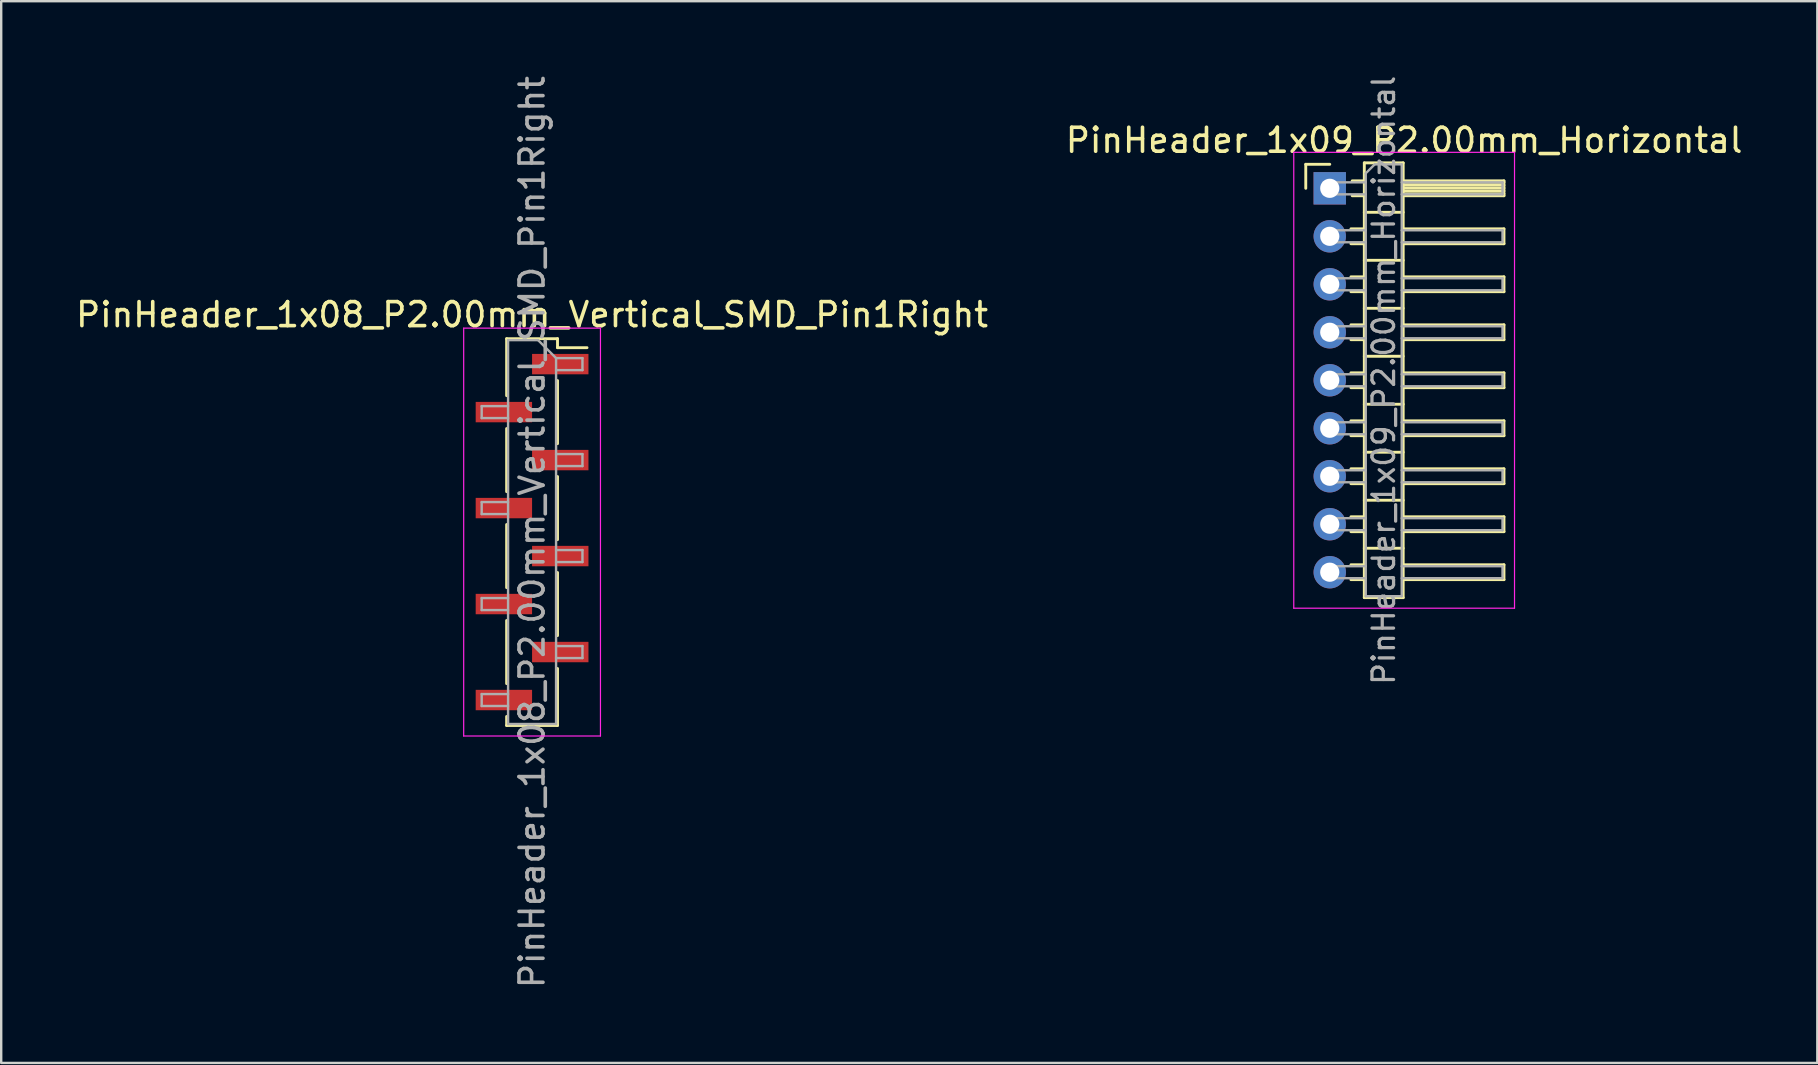
<source format=kicad_pcb>
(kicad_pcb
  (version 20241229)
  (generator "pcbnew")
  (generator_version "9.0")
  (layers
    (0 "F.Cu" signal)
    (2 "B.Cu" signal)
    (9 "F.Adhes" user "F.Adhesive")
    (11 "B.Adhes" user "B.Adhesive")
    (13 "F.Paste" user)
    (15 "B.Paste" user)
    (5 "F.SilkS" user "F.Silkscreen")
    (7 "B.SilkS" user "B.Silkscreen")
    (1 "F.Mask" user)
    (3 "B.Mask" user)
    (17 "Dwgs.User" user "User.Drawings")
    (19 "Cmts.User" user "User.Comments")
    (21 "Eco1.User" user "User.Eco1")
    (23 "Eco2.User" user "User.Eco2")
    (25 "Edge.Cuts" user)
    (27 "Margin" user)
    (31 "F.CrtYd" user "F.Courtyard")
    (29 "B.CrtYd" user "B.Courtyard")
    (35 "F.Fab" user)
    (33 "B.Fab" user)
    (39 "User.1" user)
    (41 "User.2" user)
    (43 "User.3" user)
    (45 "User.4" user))
  (footprint "PinHeader_1x08_P2.00mm_Vertical_SMD_Pin1Right"
    (layer "F.Cu")
    (at 19.125 19.125)
    (property "Reference" "PinHeader_1x08_P2.00mm_Vertical_SMD_Pin1Right" (at 0 -9.06 0) (layer "F.SilkS") (effects (font (size 1 1) (thickness 0.15))))
    (attr smd)
    (fp_line (start -1.06 -8.06) (end -1.06 -5.685) (stroke (width 0.12) (type solid)) (layer "F.SilkS"))
    (fp_line (start -1.06 -8.06) (end 1.06 -8.06) (stroke (width 0.12) (type solid)) (layer "F.SilkS"))
    (fp_line (start -1.06 -4.315) (end -1.06 -1.685) (stroke (width 0.12) (type solid)) (layer "F.SilkS"))
    (fp_line (start -1.06 -0.315) (end -1.06 2.315) (stroke (width 0.12) (type solid)) (layer "F.SilkS"))
    (fp_line (start -1.06 3.685) (end -1.06 6.315) (stroke (width 0.12) (type solid)) (layer "F.SilkS"))
    (fp_line (start -1.06 7.685) (end -1.06 8.06) (stroke (width 0.12) (type solid)) (layer "F.SilkS"))
    (fp_line (start -1.06 8.06) (end 1.06 8.06) (stroke (width 0.12) (type solid)) (layer "F.SilkS"))
    (fp_line (start 1.06 -8.06) (end 1.06 -7.685) (stroke (width 0.12) (type solid)) (layer "F.SilkS"))
    (fp_line (start 1.06 -7.685) (end 2.29 -7.685) (stroke (width 0.12) (type solid)) (layer "F.SilkS"))
    (fp_line (start 1.06 -6.315) (end 1.06 -3.685) (stroke (width 0.12) (type solid)) (layer "F.SilkS"))
    (fp_line (start 1.06 -2.315) (end 1.06 0.315) (stroke (width 0.12) (type solid)) (layer "F.SilkS"))
    (fp_line (start 1.06 1.685) (end 1.06 4.315) (stroke (width 0.12) (type solid)) (layer "F.SilkS"))
    (fp_line (start 1.06 5.685) (end 1.06 8.06) (stroke (width 0.12) (type solid)) (layer "F.SilkS"))
    (fp_line (start -2.85 -8.5) (end -2.85 8.5) (stroke (width 0.05) (type solid)) (layer "F.CrtYd"))
    (fp_line (start -2.85 8.5) (end 2.85 8.5) (stroke (width 0.05) (type solid)) (layer "F.CrtYd"))
    (fp_line (start 2.85 -8.5) (end -2.85 -8.5) (stroke (width 0.05) (type solid)) (layer "F.CrtYd"))
    (fp_line (start 2.85 8.5) (end 2.85 -8.5) (stroke (width 0.05) (type solid)) (layer "F.CrtYd"))
    (fp_line (start -2.1 -5.25) (end -2.1 -4.75) (stroke (width 0.1) (type solid)) (layer "F.Fab"))
    (fp_line (start -2.1 -4.75) (end -1 -4.75) (stroke (width 0.1) (type solid)) (layer "F.Fab"))
    (fp_line (start -2.1 -1.25) (end -2.1 -0.75) (stroke (width 0.1) (type solid)) (layer "F.Fab"))
    (fp_line (start -2.1 -0.75) (end -1 -0.75) (stroke (width 0.1) (type solid)) (layer "F.Fab"))
    (fp_line (start -2.1 2.75) (end -2.1 3.25) (stroke (width 0.1) (type solid)) (layer "F.Fab"))
    (fp_line (start -2.1 3.25) (end -1 3.25) (stroke (width 0.1) (type solid)) (layer "F.Fab"))
    (fp_line (start -2.1 6.75) (end -2.1 7.25) (stroke (width 0.1) (type solid)) (layer "F.Fab"))
    (fp_line (start -2.1 7.25) (end -1 7.25) (stroke (width 0.1) (type solid)) (layer "F.Fab"))
    (fp_line (start -1 -8) (end -1 8) (stroke (width 0.1) (type solid)) (layer "F.Fab"))
    (fp_line (start -1 -8) (end 0.25 -8) (stroke (width 0.1) (type solid)) (layer "F.Fab"))
    (fp_line (start -1 -5.25) (end -2.1 -5.25) (stroke (width 0.1) (type solid)) (layer "F.Fab"))
    (fp_line (start -1 -1.25) (end -2.1 -1.25) (stroke (width 0.1) (type solid)) (layer "F.Fab"))
    (fp_line (start -1 2.75) (end -2.1 2.75) (stroke (width 0.1) (type solid)) (layer "F.Fab"))
    (fp_line (start -1 6.75) (end -2.1 6.75) (stroke (width 0.1) (type solid)) (layer "F.Fab"))
    (fp_line (start 1 -7.25) (end 0.25 -8) (stroke (width 0.1) (type solid)) (layer "F.Fab"))
    (fp_line (start 1 -7.25) (end 2.1 -7.25) (stroke (width 0.1) (type solid)) (layer "F.Fab"))
    (fp_line (start 1 -3.25) (end 2.1 -3.25) (stroke (width 0.1) (type solid)) (layer "F.Fab"))
    (fp_line (start 1 0.75) (end 2.1 0.75) (stroke (width 0.1) (type solid)) (layer "F.Fab"))
    (fp_line (start 1 4.75) (end 2.1 4.75) (stroke (width 0.1) (type solid)) (layer "F.Fab"))
    (fp_line (start 1 8) (end -1 8) (stroke (width 0.1) (type solid)) (layer "F.Fab"))
    (fp_line (start 1 8) (end 1 -7.25) (stroke (width 0.1) (type solid)) (layer "F.Fab"))
    (fp_line (start 2.1 -7.25) (end 2.1 -6.75) (stroke (width 0.1) (type solid)) (layer "F.Fab"))
    (fp_line (start 2.1 -6.75) (end 1 -6.75) (stroke (width 0.1) (type solid)) (layer "F.Fab"))
    (fp_line (start 2.1 -3.25) (end 2.1 -2.75) (stroke (width 0.1) (type solid)) (layer "F.Fab"))
    (fp_line (start 2.1 -2.75) (end 1 -2.75) (stroke (width 0.1) (type solid)) (layer "F.Fab"))
    (fp_line (start 2.1 0.75) (end 2.1 1.25) (stroke (width 0.1) (type solid)) (layer "F.Fab"))
    (fp_line (start 2.1 1.25) (end 1 1.25) (stroke (width 0.1) (type solid)) (layer "F.Fab"))
    (fp_line (start 2.1 4.75) (end 2.1 5.25) (stroke (width 0.1) (type solid)) (layer "F.Fab"))
    (fp_line (start 2.1 5.25) (end 1 5.25) (stroke (width 0.1) (type solid)) (layer "F.Fab"))
    (fp_text user "${REFERENCE}" (at 0 0 90) (layer "F.Fab") (effects (font (size 1 1) (thickness 0.15))))
    (pad "1" smd rect (at 1.175 -7) (size 2.35 0.85) (layers "F.Cu" "F.Mask" "F.Paste"))
    (pad "2" smd rect (at -1.175 -5) (size 2.35 0.85) (layers "F.Cu" "F.Mask" "F.Paste"))
    (pad "3" smd rect (at 1.175 -3) (size 2.35 0.85) (layers "F.Cu" "F.Mask" "F.Paste"))
    (pad "4" smd rect (at -1.175 -1) (size 2.35 0.85) (layers "F.Cu" "F.Mask" "F.Paste"))
    (pad "5" smd rect (at 1.175 1) (size 2.35 0.85) (layers "F.Cu" "F.Mask" "F.Paste"))
    (pad "6" smd rect (at -1.175 3) (size 2.35 0.85) (layers "F.Cu" "F.Mask" "F.Paste"))
    (pad "7" smd rect (at 1.175 5) (size 2.35 0.85) (layers "F.Cu" "F.Mask" "F.Paste"))
    (pad "8" smd rect (at -1.175 7) (size 2.35 0.85) (layers "F.Cu" "F.Mask" "F.Paste")))
  (footprint "PinHeader_1x09_P2.00mm_Horizontal"
    (layer "F.Cu")
    (at 52.37 4.798)
    (property "Reference" "PinHeader_1x09_P2.00mm_Horizontal" (at 3.1 -2 0) (layer "F.SilkS") (effects (font (size 1 1) (thickness 0.15))))
    (attr through_hole)
    (fp_line (start -1 -1) (end 0 -1) (stroke (width 0.12) (type solid)) (layer "F.SilkS"))
    (fp_line (start -1 0) (end -1 -1) (stroke (width 0.12) (type solid)) (layer "F.SilkS"))
    (fp_line (start 0.882 1.69) (end 1.44 1.69) (stroke (width 0.12) (type solid)) (layer "F.SilkS"))
    (fp_line (start 0.882 2.31) (end 1.44 2.31) (stroke (width 0.12) (type solid)) (layer "F.SilkS"))
    (fp_line (start 0.882 3.69) (end 1.44 3.69) (stroke (width 0.12) (type solid)) (layer "F.SilkS"))
    (fp_line (start 0.882 4.31) (end 1.44 4.31) (stroke (width 0.12) (type solid)) (layer "F.SilkS"))
    (fp_line (start 0.882 5.69) (end 1.44 5.69) (stroke (width 0.12) (type solid)) (layer "F.SilkS"))
    (fp_line (start 0.882 6.31) (end 1.44 6.31) (stroke (width 0.12) (type solid)) (layer "F.SilkS"))
    (fp_line (start 0.882 7.69) (end 1.44 7.69) (stroke (width 0.12) (type solid)) (layer "F.SilkS"))
    (fp_line (start 0.882 8.31) (end 1.44 8.31) (stroke (width 0.12) (type solid)) (layer "F.SilkS"))
    (fp_line (start 0.882 9.69) (end 1.44 9.69) (stroke (width 0.12) (type solid)) (layer "F.SilkS"))
    (fp_line (start 0.882 10.31) (end 1.44 10.31) (stroke (width 0.12) (type solid)) (layer "F.SilkS"))
    (fp_line (start 0.882 11.69) (end 1.44 11.69) (stroke (width 0.12) (type solid)) (layer "F.SilkS"))
    (fp_line (start 0.882 12.31) (end 1.44 12.31) (stroke (width 0.12) (type solid)) (layer "F.SilkS"))
    (fp_line (start 0.882 13.69) (end 1.44 13.69) (stroke (width 0.12) (type solid)) (layer "F.SilkS"))
    (fp_line (start 0.882 14.31) (end 1.44 14.31) (stroke (width 0.12) (type solid)) (layer "F.SilkS"))
    (fp_line (start 0.882 15.69) (end 1.44 15.69) (stroke (width 0.12) (type solid)) (layer "F.SilkS"))
    (fp_line (start 0.882 16.31) (end 1.44 16.31) (stroke (width 0.12) (type solid)) (layer "F.SilkS"))
    (fp_line (start 0.935 -0.31) (end 1.44 -0.31) (stroke (width 0.12) (type solid)) (layer "F.SilkS"))
    (fp_line (start 0.935 0.31) (end 1.44 0.31) (stroke (width 0.12) (type solid)) (layer "F.SilkS"))
    (fp_line (start 1.44 -1.06) (end 1.44 17.06) (stroke (width 0.12) (type solid)) (layer "F.SilkS"))
    (fp_line (start 1.44 1) (end 3.06 1) (stroke (width 0.12) (type solid)) (layer "F.SilkS"))
    (fp_line (start 1.44 3) (end 3.06 3) (stroke (width 0.12) (type solid)) (layer "F.SilkS"))
    (fp_line (start 1.44 5) (end 3.06 5) (stroke (width 0.12) (type solid)) (layer "F.SilkS"))
    (fp_line (start 1.44 7) (end 3.06 7) (stroke (width 0.12) (type solid)) (layer "F.SilkS"))
    (fp_line (start 1.44 9) (end 3.06 9) (stroke (width 0.12) (type solid)) (layer "F.SilkS"))
    (fp_line (start 1.44 11) (end 3.06 11) (stroke (width 0.12) (type solid)) (layer "F.SilkS"))
    (fp_line (start 1.44 13) (end 3.06 13) (stroke (width 0.12) (type solid)) (layer "F.SilkS"))
    (fp_line (start 1.44 15) (end 3.06 15) (stroke (width 0.12) (type solid)) (layer "F.SilkS"))
    (fp_line (start 1.44 17.06) (end 3.06 17.06) (stroke (width 0.12) (type solid)) (layer "F.SilkS"))
    (fp_line (start 3.06 -1.06) (end 1.44 -1.06) (stroke (width 0.12) (type solid)) (layer "F.SilkS"))
    (fp_line (start 3.06 -0.31) (end 7.26 -0.31) (stroke (width 0.12) (type solid)) (layer "F.SilkS"))
    (fp_line (start 3.06 -0.25) (end 7.26 -0.25) (stroke (width 0.12) (type solid)) (layer "F.SilkS"))
    (fp_line (start 3.06 -0.13) (end 7.26 -0.13) (stroke (width 0.12) (type solid)) (layer "F.SilkS"))
    (fp_line (start 3.06 -0.01) (end 7.26 -0.01) (stroke (width 0.12) (type solid)) (layer "F.SilkS"))
    (fp_line (start 3.06 0.11) (end 7.26 0.11) (stroke (width 0.12) (type solid)) (layer "F.SilkS"))
    (fp_line (start 3.06 0.23) (end 7.26 0.23) (stroke (width 0.12) (type solid)) (layer "F.SilkS"))
    (fp_line (start 3.06 1.69) (end 7.26 1.69) (stroke (width 0.12) (type solid)) (layer "F.SilkS"))
    (fp_line (start 3.06 3.69) (end 7.26 3.69) (stroke (width 0.12) (type solid)) (layer "F.SilkS"))
    (fp_line (start 3.06 5.69) (end 7.26 5.69) (stroke (width 0.12) (type solid)) (layer "F.SilkS"))
    (fp_line (start 3.06 7.69) (end 7.26 7.69) (stroke (width 0.12) (type solid)) (layer "F.SilkS"))
    (fp_line (start 3.06 9.69) (end 7.26 9.69) (stroke (width 0.12) (type solid)) (layer "F.SilkS"))
    (fp_line (start 3.06 11.69) (end 7.26 11.69) (stroke (width 0.12) (type solid)) (layer "F.SilkS"))
    (fp_line (start 3.06 13.69) (end 7.26 13.69) (stroke (width 0.12) (type solid)) (layer "F.SilkS"))
    (fp_line (start 3.06 15.69) (end 7.26 15.69) (stroke (width 0.12) (type solid)) (layer "F.SilkS"))
    (fp_line (start 3.06 17.06) (end 3.06 -1.06) (stroke (width 0.12) (type solid)) (layer "F.SilkS"))
    (fp_line (start 7.26 -0.31) (end 7.26 0.31) (stroke (width 0.12) (type solid)) (layer "F.SilkS"))
    (fp_line (start 7.26 0.31) (end 3.06 0.31) (stroke (width 0.12) (type solid)) (layer "F.SilkS"))
    (fp_line (start 7.26 1.69) (end 7.26 2.31) (stroke (width 0.12) (type solid)) (layer "F.SilkS"))
    (fp_line (start 7.26 2.31) (end 3.06 2.31) (stroke (width 0.12) (type solid)) (layer "F.SilkS"))
    (fp_line (start 7.26 3.69) (end 7.26 4.31) (stroke (width 0.12) (type solid)) (layer "F.SilkS"))
    (fp_line (start 7.26 4.31) (end 3.06 4.31) (stroke (width 0.12) (type solid)) (layer "F.SilkS"))
    (fp_line (start 7.26 5.69) (end 7.26 6.31) (stroke (width 0.12) (type solid)) (layer "F.SilkS"))
    (fp_line (start 7.26 6.31) (end 3.06 6.31) (stroke (width 0.12) (type solid)) (layer "F.SilkS"))
    (fp_line (start 7.26 7.69) (end 7.26 8.31) (stroke (width 0.12) (type solid)) (layer "F.SilkS"))
    (fp_line (start 7.26 8.31) (end 3.06 8.31) (stroke (width 0.12) (type solid)) (layer "F.SilkS"))
    (fp_line (start 7.26 9.69) (end 7.26 10.31) (stroke (width 0.12) (type solid)) (layer "F.SilkS"))
    (fp_line (start 7.26 10.31) (end 3.06 10.31) (stroke (width 0.12) (type solid)) (layer "F.SilkS"))
    (fp_line (start 7.26 11.69) (end 7.26 12.31) (stroke (width 0.12) (type solid)) (layer "F.SilkS"))
    (fp_line (start 7.26 12.31) (end 3.06 12.31) (stroke (width 0.12) (type solid)) (layer "F.SilkS"))
    (fp_line (start 7.26 13.69) (end 7.26 14.31) (stroke (width 0.12) (type solid)) (layer "F.SilkS"))
    (fp_line (start 7.26 14.31) (end 3.06 14.31) (stroke (width 0.12) (type solid)) (layer "F.SilkS"))
    (fp_line (start 7.26 15.69) (end 7.26 16.31) (stroke (width 0.12) (type solid)) (layer "F.SilkS"))
    (fp_line (start 7.26 16.31) (end 3.06 16.31) (stroke (width 0.12) (type solid)) (layer "F.SilkS"))
    (fp_line (start -1.5 -1.5) (end -1.5 17.5) (stroke (width 0.05) (type solid)) (layer "F.CrtYd"))
    (fp_line (start -1.5 17.5) (end 7.7 17.5) (stroke (width 0.05) (type solid)) (layer "F.CrtYd"))
    (fp_line (start 7.7 -1.5) (end -1.5 -1.5) (stroke (width 0.05) (type solid)) (layer "F.CrtYd"))
    (fp_line (start 7.7 17.5) (end 7.7 -1.5) (stroke (width 0.05) (type solid)) (layer "F.CrtYd"))
    (fp_line (start -0.25 -0.25) (end -0.25 0.25) (stroke (width 0.1) (type solid)) (layer "F.Fab"))
    (fp_line (start -0.25 -0.25) (end 1.5 -0.25) (stroke (width 0.1) (type solid)) (layer "F.Fab"))
    (fp_line (start -0.25 0.25) (end 1.5 0.25) (stroke (width 0.1) (type solid)) (layer "F.Fab"))
    (fp_line (start -0.25 1.75) (end -0.25 2.25) (stroke (width 0.1) (type solid)) (layer "F.Fab"))
    (fp_line (start -0.25 1.75) (end 1.5 1.75) (stroke (width 0.1) (type solid)) (layer "F.Fab"))
    (fp_line (start -0.25 2.25) (end 1.5 2.25) (stroke (width 0.1) (type solid)) (layer "F.Fab"))
    (fp_line (start -0.25 3.75) (end -0.25 4.25) (stroke (width 0.1) (type solid)) (layer "F.Fab"))
    (fp_line (start -0.25 3.75) (end 1.5 3.75) (stroke (width 0.1) (type solid)) (layer "F.Fab"))
    (fp_line (start -0.25 4.25) (end 1.5 4.25) (stroke (width 0.1) (type solid)) (layer "F.Fab"))
    (fp_line (start -0.25 5.75) (end -0.25 6.25) (stroke (width 0.1) (type solid)) (layer "F.Fab"))
    (fp_line (start -0.25 5.75) (end 1.5 5.75) (stroke (width 0.1) (type solid)) (layer "F.Fab"))
    (fp_line (start -0.25 6.25) (end 1.5 6.25) (stroke (width 0.1) (type solid)) (layer "F.Fab"))
    (fp_line (start -0.25 7.75) (end -0.25 8.25) (stroke (width 0.1) (type solid)) (layer "F.Fab"))
    (fp_line (start -0.25 7.75) (end 1.5 7.75) (stroke (width 0.1) (type solid)) (layer "F.Fab"))
    (fp_line (start -0.25 8.25) (end 1.5 8.25) (stroke (width 0.1) (type solid)) (layer "F.Fab"))
    (fp_line (start -0.25 9.75) (end -0.25 10.25) (stroke (width 0.1) (type solid)) (layer "F.Fab"))
    (fp_line (start -0.25 9.75) (end 1.5 9.75) (stroke (width 0.1) (type solid)) (layer "F.Fab"))
    (fp_line (start -0.25 10.25) (end 1.5 10.25) (stroke (width 0.1) (type solid)) (layer "F.Fab"))
    (fp_line (start -0.25 11.75) (end -0.25 12.25) (stroke (width 0.1) (type solid)) (layer "F.Fab"))
    (fp_line (start -0.25 11.75) (end 1.5 11.75) (stroke (width 0.1) (type solid)) (layer "F.Fab"))
    (fp_line (start -0.25 12.25) (end 1.5 12.25) (stroke (width 0.1) (type solid)) (layer "F.Fab"))
    (fp_line (start -0.25 13.75) (end -0.25 14.25) (stroke (width 0.1) (type solid)) (layer "F.Fab"))
    (fp_line (start -0.25 13.75) (end 1.5 13.75) (stroke (width 0.1) (type solid)) (layer "F.Fab"))
    (fp_line (start -0.25 14.25) (end 1.5 14.25) (stroke (width 0.1) (type solid)) (layer "F.Fab"))
    (fp_line (start -0.25 15.75) (end -0.25 16.25) (stroke (width 0.1) (type solid)) (layer "F.Fab"))
    (fp_line (start -0.25 15.75) (end 1.5 15.75) (stroke (width 0.1) (type solid)) (layer "F.Fab"))
    (fp_line (start -0.25 16.25) (end 1.5 16.25) (stroke (width 0.1) (type solid)) (layer "F.Fab"))
    (fp_line (start 1.5 -0.625) (end 1.875 -1) (stroke (width 0.1) (type solid)) (layer "F.Fab"))
    (fp_line (start 1.5 17) (end 1.5 -0.625) (stroke (width 0.1) (type solid)) (layer "F.Fab"))
    (fp_line (start 1.875 -1) (end 3 -1) (stroke (width 0.1) (type solid)) (layer "F.Fab"))
    (fp_line (start 3 -1) (end 3 17) (stroke (width 0.1) (type solid)) (layer "F.Fab"))
    (fp_line (start 3 -0.25) (end 7.2 -0.25) (stroke (width 0.1) (type solid)) (layer "F.Fab"))
    (fp_line (start 3 0.25) (end 7.2 0.25) (stroke (width 0.1) (type solid)) (layer "F.Fab"))
    (fp_line (start 3 1.75) (end 7.2 1.75) (stroke (width 0.1) (type solid)) (layer "F.Fab"))
    (fp_line (start 3 2.25) (end 7.2 2.25) (stroke (width 0.1) (type solid)) (layer "F.Fab"))
    (fp_line (start 3 3.75) (end 7.2 3.75) (stroke (width 0.1) (type solid)) (layer "F.Fab"))
    (fp_line (start 3 4.25) (end 7.2 4.25) (stroke (width 0.1) (type solid)) (layer "F.Fab"))
    (fp_line (start 3 5.75) (end 7.2 5.75) (stroke (width 0.1) (type solid)) (layer "F.Fab"))
    (fp_line (start 3 6.25) (end 7.2 6.25) (stroke (width 0.1) (type solid)) (layer "F.Fab"))
    (fp_line (start 3 7.75) (end 7.2 7.75) (stroke (width 0.1) (type solid)) (layer "F.Fab"))
    (fp_line (start 3 8.25) (end 7.2 8.25) (stroke (width 0.1) (type solid)) (layer "F.Fab"))
    (fp_line (start 3 9.75) (end 7.2 9.75) (stroke (width 0.1) (type solid)) (layer "F.Fab"))
    (fp_line (start 3 10.25) (end 7.2 10.25) (stroke (width 0.1) (type solid)) (layer "F.Fab"))
    (fp_line (start 3 11.75) (end 7.2 11.75) (stroke (width 0.1) (type solid)) (layer "F.Fab"))
    (fp_line (start 3 12.25) (end 7.2 12.25) (stroke (width 0.1) (type solid)) (layer "F.Fab"))
    (fp_line (start 3 13.75) (end 7.2 13.75) (stroke (width 0.1) (type solid)) (layer "F.Fab"))
    (fp_line (start 3 14.25) (end 7.2 14.25) (stroke (width 0.1) (type solid)) (layer "F.Fab"))
    (fp_line (start 3 15.75) (end 7.2 15.75) (stroke (width 0.1) (type solid)) (layer "F.Fab"))
    (fp_line (start 3 16.25) (end 7.2 16.25) (stroke (width 0.1) (type solid)) (layer "F.Fab"))
    (fp_line (start 3 17) (end 1.5 17) (stroke (width 0.1) (type solid)) (layer "F.Fab"))
    (fp_line (start 7.2 -0.25) (end 7.2 0.25) (stroke (width 0.1) (type solid)) (layer "F.Fab"))
    (fp_line (start 7.2 1.75) (end 7.2 2.25) (stroke (width 0.1) (type solid)) (layer "F.Fab"))
    (fp_line (start 7.2 3.75) (end 7.2 4.25) (stroke (width 0.1) (type solid)) (layer "F.Fab"))
    (fp_line (start 7.2 5.75) (end 7.2 6.25) (stroke (width 0.1) (type solid)) (layer "F.Fab"))
    (fp_line (start 7.2 7.75) (end 7.2 8.25) (stroke (width 0.1) (type solid)) (layer "F.Fab"))
    (fp_line (start 7.2 9.75) (end 7.2 10.25) (stroke (width 0.1) (type solid)) (layer "F.Fab"))
    (fp_line (start 7.2 11.75) (end 7.2 12.25) (stroke (width 0.1) (type solid)) (layer "F.Fab"))
    (fp_line (start 7.2 13.75) (end 7.2 14.25) (stroke (width 0.1) (type solid)) (layer "F.Fab"))
    (fp_line (start 7.2 15.75) (end 7.2 16.25) (stroke (width 0.1) (type solid)) (layer "F.Fab"))
    (fp_text user "${REFERENCE}" (at 2.25 8 90) (layer "F.Fab") (effects (font (size 0.9 0.9) (thickness 0.135))))
    (pad "1" thru_hole rect (at 0 0) (size 1.35 1.35) (drill 0.8) (layers "*.Cu" "*.Mask"))
    (pad "2" thru_hole oval (at 0 2) (size 1.35 1.35) (drill 0.8) (layers "*.Cu" "*.Mask"))
    (pad "3" thru_hole oval (at 0 4) (size 1.35 1.35) (drill 0.8) (layers "*.Cu" "*.Mask"))
    (pad "4" thru_hole oval (at 0 6) (size 1.35 1.35) (drill 0.8) (layers "*.Cu" "*.Mask"))
    (pad "5" thru_hole oval (at 0 8) (size 1.35 1.35) (drill 0.8) (layers "*.Cu" "*.Mask"))
    (pad "6" thru_hole oval (at 0 10) (size 1.35 1.35) (drill 0.8) (layers "*.Cu" "*.Mask"))
    (pad "7" thru_hole oval (at 0 12) (size 1.35 1.35) (drill 0.8) (layers "*.Cu" "*.Mask"))
    (pad "8" thru_hole oval (at 0 14) (size 1.35 1.35) (drill 0.8) (layers "*.Cu" "*.Mask"))
    (pad "9" thru_hole oval (at 0 16) (size 1.35 1.35) (drill 0.8) (layers "*.Cu" "*.Mask")))
  (gr_rect
    (start -3 -3)
    (end 72.69 41.25)
    (stroke (width 0.1) (type default))
    (fill no)
    (layer "Edge.Cuts")))
</source>
